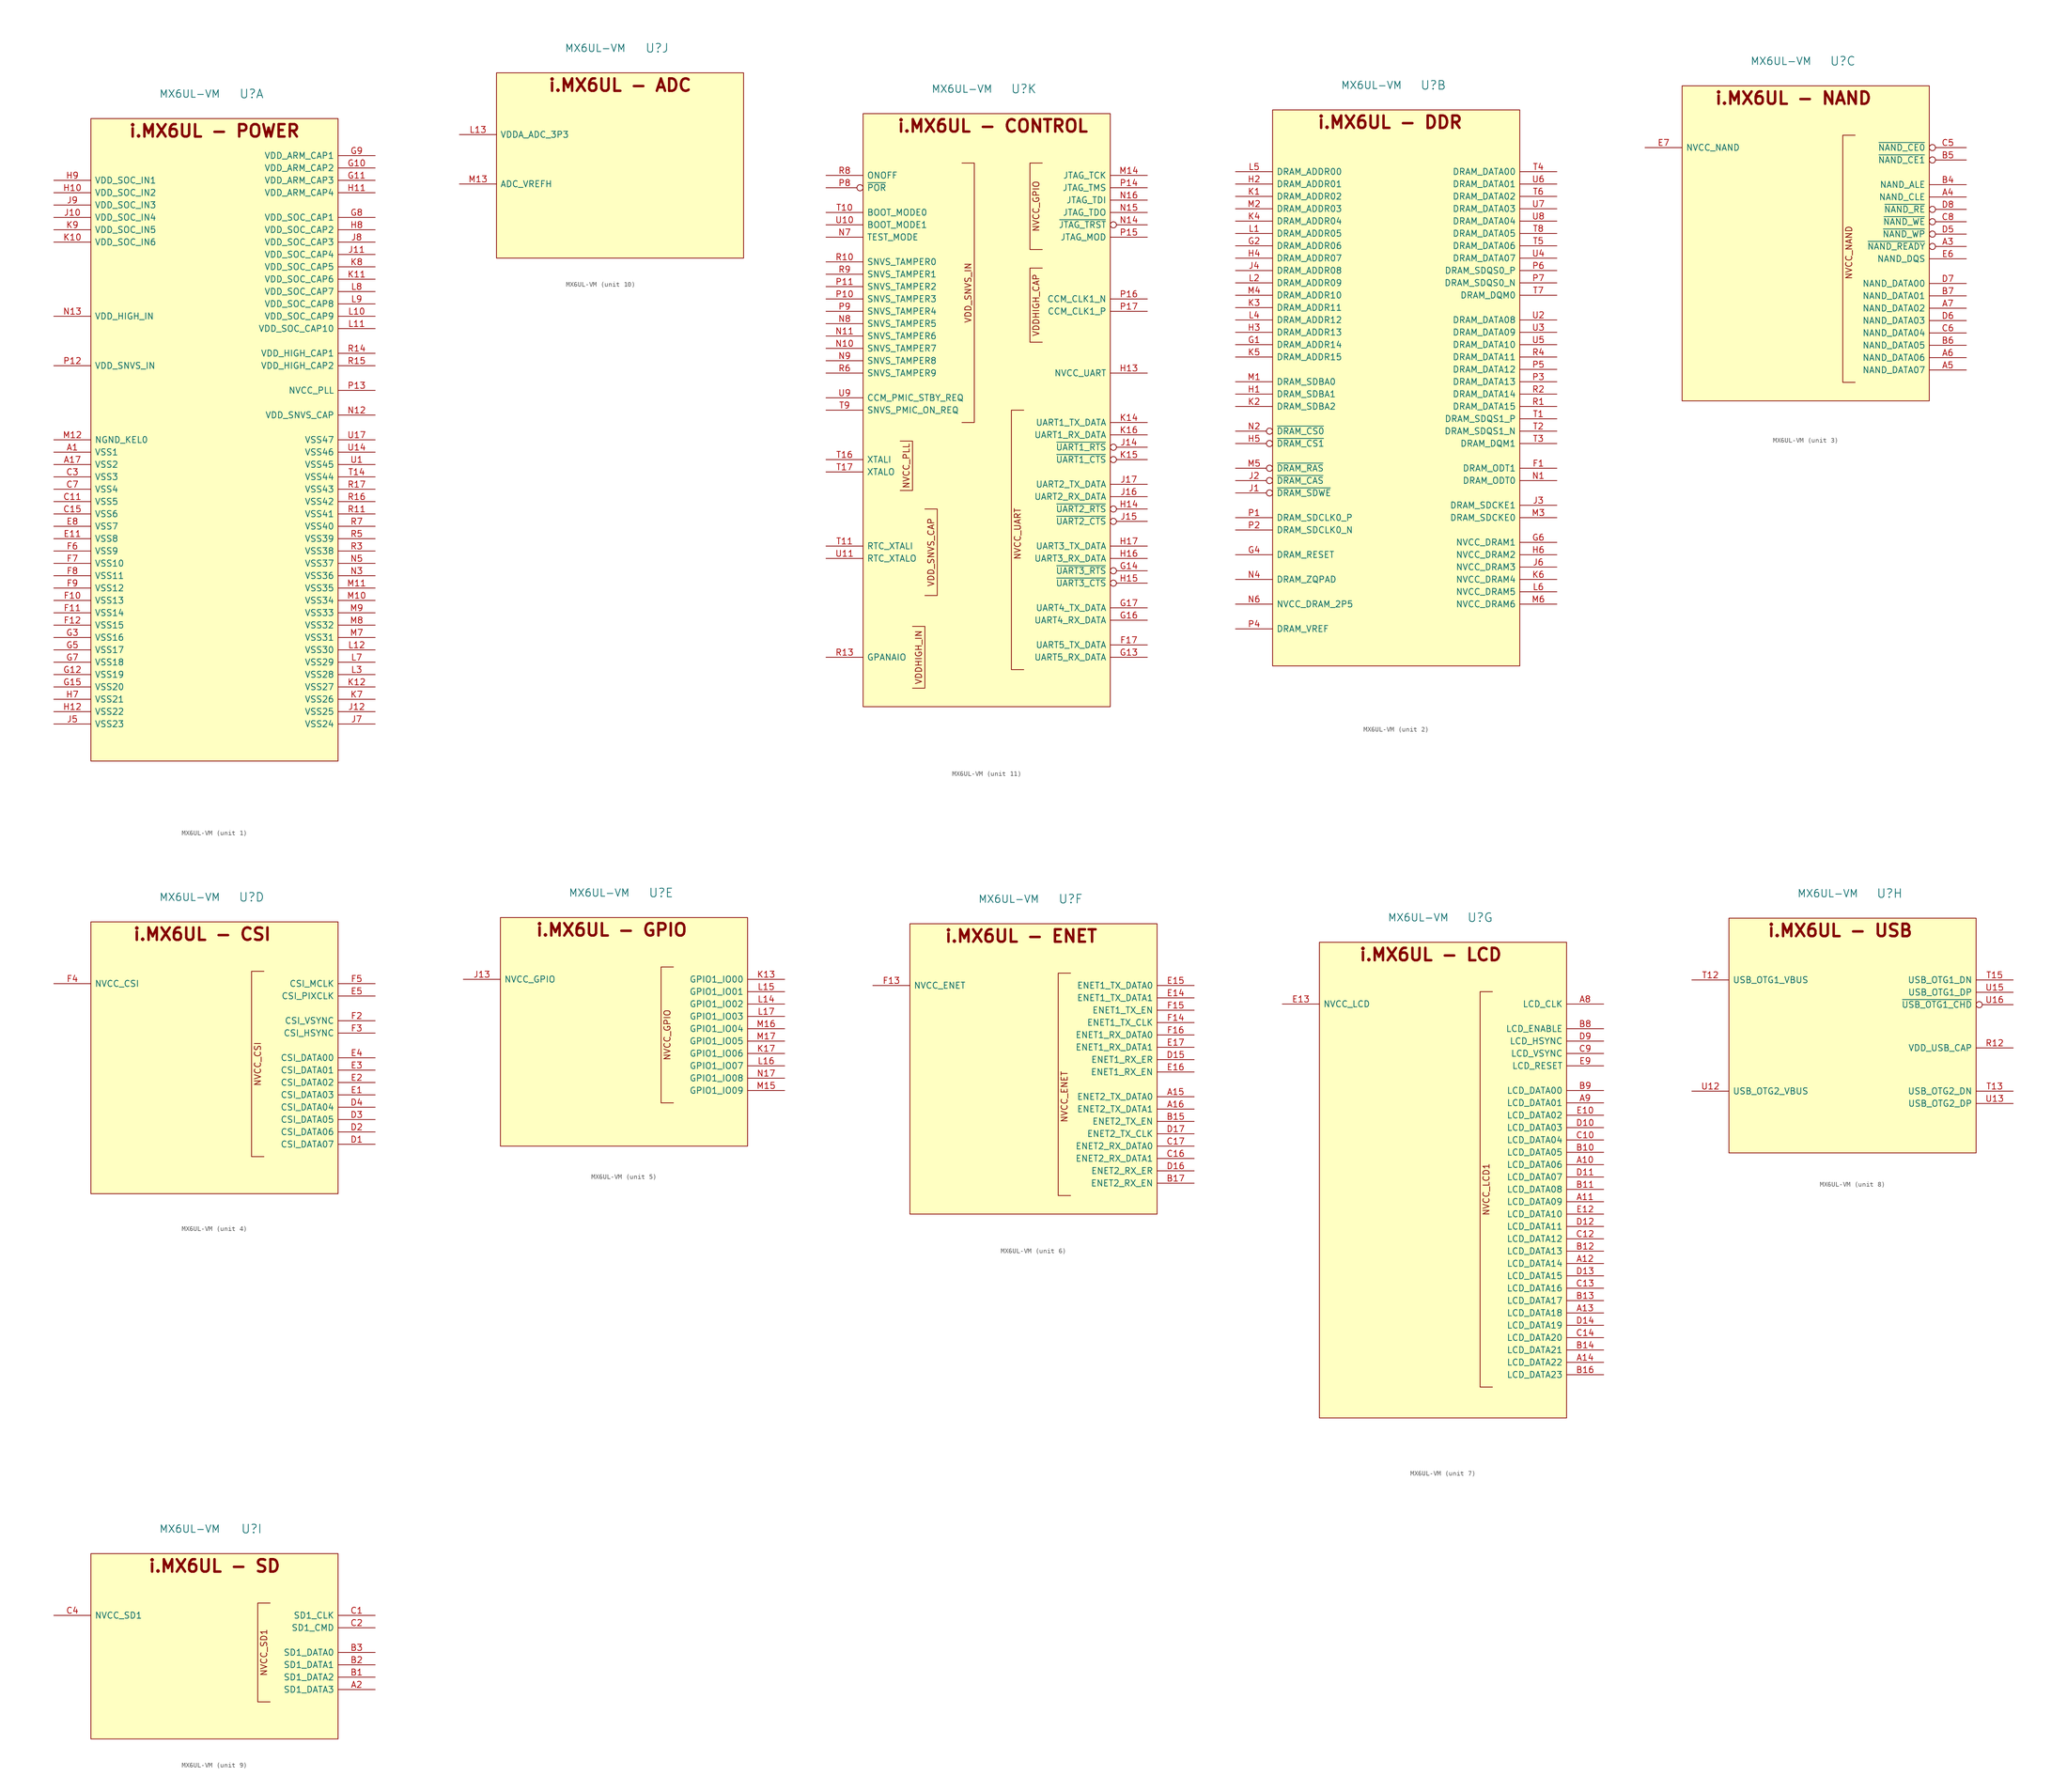
<source format=kicad_sym>
(kicad_symbol_lib
  (version 20211014)
  (generator kicad_symbol_editor)
  (symbol "MX6UL-VM"
    (pin_names
      (offset 0.762))
    (property "Reference" "U"
      (at 7.62 5.08 0)
      (effects (font (size 1.778 1.778))))
    (property "Value" "MX6UL-VM"
      (at -5.08 5.08 0)
      (effects (font (size 1.524 1.524))))
    (property "Footprint" ""
      (at 12.954 -29.464 0)
      (effects (font (size 1.524 1.524))))
    (property "Datasheet" ""
      (at 12.954 -29.464 0)
      (effects (font (size 1.524 1.524))))
    (property "ki_locked" ""
      (at 0 0 0)
      (effects (font (size 1.27 1.27))))
    (symbol "MX6UL-VM_1_0"
      (text "i.MX6UL - POWER" (at 0 -2.54 0) (effects (font (size 2.54 2.54) bold))))
    (symbol "MX6UL-VM_1_1"
      (rectangle (start -25.4 0) (end 25.4 -132.08) (stroke (width 0) (type default) (color 0 0 0 0)) (fill (type background)))
      (pin power_in line (at -33.02 -68.58 0) (length 7.62) (name "VSS1" (effects (font (size 1.27 1.27)))) (number "A1" (effects (font (size 1.27 1.27)))))
      (pin power_in line (at -33.02 -71.12 0) (length 7.62) (name "VSS2" (effects (font (size 1.27 1.27)))) (number "A17" (effects (font (size 1.27 1.27)))))
      (pin power_in line (at -33.02 -78.74 0) (length 7.62) (name "VSS5" (effects (font (size 1.27 1.27)))) (number "C11" (effects (font (size 1.27 1.27)))))
      (pin power_in line (at -33.02 -81.28 0) (length 7.62) (name "VSS6" (effects (font (size 1.27 1.27)))) (number "C15" (effects (font (size 1.27 1.27)))))
      (pin power_in line (at -33.02 -73.66 0) (length 7.62) (name "VSS3" (effects (font (size 1.27 1.27)))) (number "C3" (effects (font (size 1.27 1.27)))))
      (pin power_in line (at -33.02 -76.2 0) (length 7.62) (name "VSS4" (effects (font (size 1.27 1.27)))) (number "C7" (effects (font (size 1.27 1.27)))))
      (pin power_in line (at -33.02 -86.36 0) (length 7.62) (name "VSS8" (effects (font (size 1.27 1.27)))) (number "E11" (effects (font (size 1.27 1.27)))))
      (pin power_in line (at -33.02 -83.82 0) (length 7.62) (name "VSS7" (effects (font (size 1.27 1.27)))) (number "E8" (effects (font (size 1.27 1.27)))))
      (pin power_in line (at -33.02 -99.06 0) (length 7.62) (name "VSS13" (effects (font (size 1.27 1.27)))) (number "F10" (effects (font (size 1.27 1.27)))))
      (pin power_in line (at -33.02 -101.6 0) (length 7.62) (name "VSS14" (effects (font (size 1.27 1.27)))) (number "F11" (effects (font (size 1.27 1.27)))))
      (pin power_in line (at -33.02 -104.14 0) (length 7.62) (name "VSS15" (effects (font (size 1.27 1.27)))) (number "F12" (effects (font (size 1.27 1.27)))))
      (pin power_in line (at -33.02 -88.9 0) (length 7.62) (name "VSS9" (effects (font (size 1.27 1.27)))) (number "F6" (effects (font (size 1.27 1.27)))))
      (pin power_in line (at -33.02 -91.44 0) (length 7.62) (name "VSS10" (effects (font (size 1.27 1.27)))) (number "F7" (effects (font (size 1.27 1.27)))))
      (pin power_in line (at -33.02 -93.98 0) (length 7.62) (name "VSS11" (effects (font (size 1.27 1.27)))) (number "F8" (effects (font (size 1.27 1.27)))))
      (pin power_in line (at -33.02 -96.52 0) (length 7.62) (name "VSS12" (effects (font (size 1.27 1.27)))) (number "F9" (effects (font (size 1.27 1.27)))))
      (pin passive line (at 33.02 -10.16 180) (length 7.62) (name "VDD_ARM_CAP2" (effects (font (size 1.27 1.27)))) (number "G10" (effects (font (size 1.27 1.27)))))
      (pin passive line (at 33.02 -12.7 180) (length 7.62) (name "VDD_ARM_CAP3" (effects (font (size 1.27 1.27)))) (number "G11" (effects (font (size 1.27 1.27)))))
      (pin power_in line (at -33.02 -114.3 0) (length 7.62) (name "VSS19" (effects (font (size 1.27 1.27)))) (number "G12" (effects (font (size 1.27 1.27)))))
      (pin power_in line (at -33.02 -116.84 0) (length 7.62) (name "VSS20" (effects (font (size 1.27 1.27)))) (number "G15" (effects (font (size 1.27 1.27)))))
      (pin power_in line (at -33.02 -106.68 0) (length 7.62) (name "VSS16" (effects (font (size 1.27 1.27)))) (number "G3" (effects (font (size 1.27 1.27)))))
      (pin power_in line (at -33.02 -109.22 0) (length 7.62) (name "VSS17" (effects (font (size 1.27 1.27)))) (number "G5" (effects (font (size 1.27 1.27)))))
      (pin power_in line (at -33.02 -111.76 0) (length 7.62) (name "VSS18" (effects (font (size 1.27 1.27)))) (number "G7" (effects (font (size 1.27 1.27)))))
      (pin power_out line (at 33.02 -20.32 180) (length 7.62) (name "VDD_SOC_CAP1" (effects (font (size 1.27 1.27)))) (number "G8" (effects (font (size 1.27 1.27)))))
      (pin power_out line (at 33.02 -7.62 180) (length 7.62) (name "VDD_ARM_CAP1" (effects (font (size 1.27 1.27)))) (number "G9" (effects (font (size 1.27 1.27)))))
      (pin power_in line (at -33.02 -15.24 0) (length 7.62) (name "VDD_SOC_IN2" (effects (font (size 1.27 1.27)))) (number "H10" (effects (font (size 1.27 1.27)))))
      (pin passive line (at 33.02 -15.24 180) (length 7.62) (name "VDD_ARM_CAP4" (effects (font (size 1.27 1.27)))) (number "H11" (effects (font (size 1.27 1.27)))))
      (pin power_in line (at -33.02 -121.92 0) (length 7.62) (name "VSS22" (effects (font (size 1.27 1.27)))) (number "H12" (effects (font (size 1.27 1.27)))))
      (pin power_in line (at -33.02 -119.38 0) (length 7.62) (name "VSS21" (effects (font (size 1.27 1.27)))) (number "H7" (effects (font (size 1.27 1.27)))))
      (pin passive line (at 33.02 -22.86 180) (length 7.62) (name "VDD_SOC_CAP2" (effects (font (size 1.27 1.27)))) (number "H8" (effects (font (size 1.27 1.27)))))
      (pin power_in line (at -33.02 -12.7 0) (length 7.62) (name "VDD_SOC_IN1" (effects (font (size 1.27 1.27)))) (number "H9" (effects (font (size 1.27 1.27)))))
      (pin power_in line (at -33.02 -20.32 0) (length 7.62) (name "VDD_SOC_IN4" (effects (font (size 1.27 1.27)))) (number "J10" (effects (font (size 1.27 1.27)))))
      (pin passive line (at 33.02 -27.94 180) (length 7.62) (name "VDD_SOC_CAP4" (effects (font (size 1.27 1.27)))) (number "J11" (effects (font (size 1.27 1.27)))))
      (pin power_in line (at 33.02 -121.92 180) (length 7.62) (name "VSS25" (effects (font (size 1.27 1.27)))) (number "J12" (effects (font (size 1.27 1.27)))))
      (pin power_in line (at -33.02 -124.46 0) (length 7.62) (name "VSS23" (effects (font (size 1.27 1.27)))) (number "J5" (effects (font (size 1.27 1.27)))))
      (pin power_in line (at 33.02 -124.46 180) (length 7.62) (name "VSS24" (effects (font (size 1.27 1.27)))) (number "J7" (effects (font (size 1.27 1.27)))))
      (pin passive line (at 33.02 -25.4 180) (length 7.62) (name "VDD_SOC_CAP3" (effects (font (size 1.27 1.27)))) (number "J8" (effects (font (size 1.27 1.27)))))
      (pin power_in line (at -33.02 -17.78 0) (length 7.62) (name "VDD_SOC_IN3" (effects (font (size 1.27 1.27)))) (number "J9" (effects (font (size 1.27 1.27)))))
      (pin power_in line (at -33.02 -25.4 0) (length 7.62) (name "VDD_SOC_IN6" (effects (font (size 1.27 1.27)))) (number "K10" (effects (font (size 1.27 1.27)))))
      (pin passive line (at 33.02 -33.02 180) (length 7.62) (name "VDD_SOC_CAP6" (effects (font (size 1.27 1.27)))) (number "K11" (effects (font (size 1.27 1.27)))))
      (pin power_in line (at 33.02 -116.84 180) (length 7.62) (name "VSS27" (effects (font (size 1.27 1.27)))) (number "K12" (effects (font (size 1.27 1.27)))))
      (pin power_in line (at 33.02 -119.38 180) (length 7.62) (name "VSS26" (effects (font (size 1.27 1.27)))) (number "K7" (effects (font (size 1.27 1.27)))))
      (pin passive line (at 33.02 -30.48 180) (length 7.62) (name "VDD_SOC_CAP5" (effects (font (size 1.27 1.27)))) (number "K8" (effects (font (size 1.27 1.27)))))
      (pin power_in line (at -33.02 -22.86 0) (length 7.62) (name "VDD_SOC_IN5" (effects (font (size 1.27 1.27)))) (number "K9" (effects (font (size 1.27 1.27)))))
      (pin passive line (at 33.02 -40.64 180) (length 7.62) (name "VDD_SOC_CAP9" (effects (font (size 1.27 1.27)))) (number "L10" (effects (font (size 1.27 1.27)))))
      (pin passive line (at 33.02 -43.18 180) (length 7.62) (name "VDD_SOC_CAP10" (effects (font (size 1.27 1.27)))) (number "L11" (effects (font (size 1.27 1.27)))))
      (pin power_in line (at 33.02 -109.22 180) (length 7.62) (name "VSS30" (effects (font (size 1.27 1.27)))) (number "L12" (effects (font (size 1.27 1.27)))))
      (pin power_in line (at 33.02 -114.3 180) (length 7.62) (name "VSS28" (effects (font (size 1.27 1.27)))) (number "L3" (effects (font (size 1.27 1.27)))))
      (pin power_in line (at 33.02 -111.76 180) (length 7.62) (name "VSS29" (effects (font (size 1.27 1.27)))) (number "L7" (effects (font (size 1.27 1.27)))))
      (pin passive line (at 33.02 -35.56 180) (length 7.62) (name "VDD_SOC_CAP7" (effects (font (size 1.27 1.27)))) (number "L8" (effects (font (size 1.27 1.27)))))
      (pin passive line (at 33.02 -38.1 180) (length 7.62) (name "VDD_SOC_CAP8" (effects (font (size 1.27 1.27)))) (number "L9" (effects (font (size 1.27 1.27)))))
      (pin power_in line (at 33.02 -99.06 180) (length 7.62) (name "VSS34" (effects (font (size 1.27 1.27)))) (number "M10" (effects (font (size 1.27 1.27)))))
      (pin power_in line (at 33.02 -96.52 180) (length 7.62) (name "VSS35" (effects (font (size 1.27 1.27)))) (number "M11" (effects (font (size 1.27 1.27)))))
      (pin power_in line (at -33.02 -66.04 0) (length 7.62) (name "NGND_KEL0" (effects (font (size 1.27 1.27)))) (number "M12" (effects (font (size 1.27 1.27)))))
      (pin power_in line (at 33.02 -106.68 180) (length 7.62) (name "VSS31" (effects (font (size 1.27 1.27)))) (number "M7" (effects (font (size 1.27 1.27)))))
      (pin power_in line (at 33.02 -104.14 180) (length 7.62) (name "VSS32" (effects (font (size 1.27 1.27)))) (number "M8" (effects (font (size 1.27 1.27)))))
      (pin power_in line (at 33.02 -101.6 180) (length 7.62) (name "VSS33" (effects (font (size 1.27 1.27)))) (number "M9" (effects (font (size 1.27 1.27)))))
      (pin power_out line (at 33.02 -60.96 180) (length 7.62) (name "VDD_SNVS_CAP" (effects (font (size 1.27 1.27)))) (number "N12" (effects (font (size 1.27 1.27)))))
      (pin power_in line (at -33.02 -40.64 0) (length 7.62) (name "VDD_HIGH_IN" (effects (font (size 1.27 1.27)))) (number "N13" (effects (font (size 1.27 1.27)))))
      (pin power_in line (at 33.02 -93.98 180) (length 7.62) (name "VSS36" (effects (font (size 1.27 1.27)))) (number "N3" (effects (font (size 1.27 1.27)))))
      (pin power_in line (at 33.02 -91.44 180) (length 7.62) (name "VSS37" (effects (font (size 1.27 1.27)))) (number "N5" (effects (font (size 1.27 1.27)))))
      (pin power_in line (at -33.02 -50.8 0) (length 7.62) (name "VDD_SNVS_IN" (effects (font (size 1.27 1.27)))) (number "P12" (effects (font (size 1.27 1.27)))))
      (pin power_out line (at 33.02 -55.88 180) (length 7.62) (name "NVCC_PLL" (effects (font (size 1.27 1.27)))) (number "P13" (effects (font (size 1.27 1.27)))))
      (pin power_in line (at 33.02 -81.28 180) (length 7.62) (name "VSS41" (effects (font (size 1.27 1.27)))) (number "R11" (effects (font (size 1.27 1.27)))))
      (pin power_out line (at 33.02 -48.26 180) (length 7.62) (name "VDD_HIGH_CAP1" (effects (font (size 1.27 1.27)))) (number "R14" (effects (font (size 1.27 1.27)))))
      (pin passive line (at 33.02 -50.8 180) (length 7.62) (name "VDD_HIGH_CAP2" (effects (font (size 1.27 1.27)))) (number "R15" (effects (font (size 1.27 1.27)))))
      (pin power_in line (at 33.02 -78.74 180) (length 7.62) (name "VSS42" (effects (font (size 1.27 1.27)))) (number "R16" (effects (font (size 1.27 1.27)))))
      (pin power_in line (at 33.02 -76.2 180) (length 7.62) (name "VSS43" (effects (font (size 1.27 1.27)))) (number "R17" (effects (font (size 1.27 1.27)))))
      (pin power_in line (at 33.02 -88.9 180) (length 7.62) (name "VSS38" (effects (font (size 1.27 1.27)))) (number "R3" (effects (font (size 1.27 1.27)))))
      (pin power_in line (at 33.02 -86.36 180) (length 7.62) (name "VSS39" (effects (font (size 1.27 1.27)))) (number "R5" (effects (font (size 1.27 1.27)))))
      (pin power_in line (at 33.02 -83.82 180) (length 7.62) (name "VSS40" (effects (font (size 1.27 1.27)))) (number "R7" (effects (font (size 1.27 1.27)))))
      (pin power_in line (at 33.02 -73.66 180) (length 7.62) (name "VSS44" (effects (font (size 1.27 1.27)))) (number "T14" (effects (font (size 1.27 1.27)))))
      (pin power_in line (at 33.02 -71.12 180) (length 7.62) (name "VSS45" (effects (font (size 1.27 1.27)))) (number "U1" (effects (font (size 1.27 1.27)))))
      (pin power_in line (at 33.02 -68.58 180) (length 7.62) (name "VSS46" (effects (font (size 1.27 1.27)))) (number "U14" (effects (font (size 1.27 1.27)))))
      (pin power_in line (at 33.02 -66.04 180) (length 7.62) (name "VSS47" (effects (font (size 1.27 1.27)))) (number "U17" (effects (font (size 1.27 1.27))))))
    (symbol "MX6UL-VM_2_0"
      (text "i.MX6UL - DDR" (at -1.27 -2.54 0) (effects (font (size 2.54 2.54) bold))))
    (symbol "MX6UL-VM_2_1"
      (rectangle (start -25.4 0) (end 25.4 -114.3) (stroke (width 0) (type default) (color 0 0 0 0)) (fill (type background)))
      (pin output line (at 33.02 -73.66 180) (length 7.62) (name "DRAM_ODT1" (effects (font (size 1.27 1.27)))) (number "F1" (effects (font (size 1.27 1.27)))))
      (pin output line (at -33.02 -48.26 0) (length 7.62) (name "DRAM_ADDR14" (effects (font (size 1.27 1.27)))) (number "G1" (effects (font (size 1.27 1.27)))))
      (pin output line (at -33.02 -27.94 0) (length 7.62) (name "DRAM_ADDR06" (effects (font (size 1.27 1.27)))) (number "G2" (effects (font (size 1.27 1.27)))))
      (pin output line (at -33.02 -91.44 0) (length 7.62) (name "DRAM_RESET" (effects (font (size 1.27 1.27)))) (number "G4" (effects (font (size 1.27 1.27)))))
      (pin power_in line (at 33.02 -88.9 180) (length 7.62) (name "NVCC_DRAM1" (effects (font (size 1.27 1.27)))) (number "G6" (effects (font (size 1.27 1.27)))))
      (pin output line (at -33.02 -58.42 0) (length 7.62) (name "DRAM_SDBA1" (effects (font (size 1.27 1.27)))) (number "H1" (effects (font (size 1.27 1.27)))))
      (pin output line (at -33.02 -15.24 0) (length 7.62) (name "DRAM_ADDR01" (effects (font (size 1.27 1.27)))) (number "H2" (effects (font (size 1.27 1.27)))))
      (pin output line (at -33.02 -45.72 0) (length 7.62) (name "DRAM_ADDR13" (effects (font (size 1.27 1.27)))) (number "H3" (effects (font (size 1.27 1.27)))))
      (pin output line (at -33.02 -30.48 0) (length 7.62) (name "DRAM_ADDR07" (effects (font (size 1.27 1.27)))) (number "H4" (effects (font (size 1.27 1.27)))))
      (pin output inverted (at -33.02 -68.58 0) (length 7.62) (name "~{DRAM_CS1}" (effects (font (size 1.27 1.27)))) (number "H5" (effects (font (size 1.27 1.27)))))
      (pin power_in line (at 33.02 -91.44 180) (length 7.62) (name "NVCC_DRAM2" (effects (font (size 1.27 1.27)))) (number "H6" (effects (font (size 1.27 1.27)))))
      (pin output inverted (at -33.02 -78.74 0) (length 7.62) (name "~{DRAM_SDWE}" (effects (font (size 1.27 1.27)))) (number "J1" (effects (font (size 1.27 1.27)))))
      (pin output inverted (at -33.02 -76.2 0) (length 7.62) (name "~{DRAM_CAS}" (effects (font (size 1.27 1.27)))) (number "J2" (effects (font (size 1.27 1.27)))))
      (pin output line (at 33.02 -81.28 180) (length 7.62) (name "DRAM_SDCKE1" (effects (font (size 1.27 1.27)))) (number "J3" (effects (font (size 1.27 1.27)))))
      (pin output line (at -33.02 -33.02 0) (length 7.62) (name "DRAM_ADDR08" (effects (font (size 1.27 1.27)))) (number "J4" (effects (font (size 1.27 1.27)))))
      (pin power_in line (at 33.02 -93.98 180) (length 7.62) (name "NVCC_DRAM3" (effects (font (size 1.27 1.27)))) (number "J6" (effects (font (size 1.27 1.27)))))
      (pin output line (at -33.02 -17.78 0) (length 7.62) (name "DRAM_ADDR02" (effects (font (size 1.27 1.27)))) (number "K1" (effects (font (size 1.27 1.27)))))
      (pin output line (at -33.02 -60.96 0) (length 7.62) (name "DRAM_SDBA2" (effects (font (size 1.27 1.27)))) (number "K2" (effects (font (size 1.27 1.27)))))
      (pin output line (at -33.02 -40.64 0) (length 7.62) (name "DRAM_ADDR11" (effects (font (size 1.27 1.27)))) (number "K3" (effects (font (size 1.27 1.27)))))
      (pin output line (at -33.02 -22.86 0) (length 7.62) (name "DRAM_ADDR04" (effects (font (size 1.27 1.27)))) (number "K4" (effects (font (size 1.27 1.27)))))
      (pin output line (at -33.02 -50.8 0) (length 7.62) (name "DRAM_ADDR15" (effects (font (size 1.27 1.27)))) (number "K5" (effects (font (size 1.27 1.27)))))
      (pin power_in line (at 33.02 -96.52 180) (length 7.62) (name "NVCC_DRAM4" (effects (font (size 1.27 1.27)))) (number "K6" (effects (font (size 1.27 1.27)))))
      (pin output line (at -33.02 -25.4 0) (length 7.62) (name "DRAM_ADDR05" (effects (font (size 1.27 1.27)))) (number "L1" (effects (font (size 1.27 1.27)))))
      (pin output line (at -33.02 -35.56 0) (length 7.62) (name "DRAM_ADDR09" (effects (font (size 1.27 1.27)))) (number "L2" (effects (font (size 1.27 1.27)))))
      (pin output line (at -33.02 -43.18 0) (length 7.62) (name "DRAM_ADDR12" (effects (font (size 1.27 1.27)))) (number "L4" (effects (font (size 1.27 1.27)))))
      (pin output line (at -33.02 -12.7 0) (length 7.62) (name "DRAM_ADDR00" (effects (font (size 1.27 1.27)))) (number "L5" (effects (font (size 1.27 1.27)))))
      (pin power_in line (at 33.02 -99.06 180) (length 7.62) (name "NVCC_DRAM5" (effects (font (size 1.27 1.27)))) (number "L6" (effects (font (size 1.27 1.27)))))
      (pin output line (at -33.02 -55.88 0) (length 7.62) (name "DRAM_SDBA0" (effects (font (size 1.27 1.27)))) (number "M1" (effects (font (size 1.27 1.27)))))
      (pin output line (at -33.02 -20.32 0) (length 7.62) (name "DRAM_ADDR03" (effects (font (size 1.27 1.27)))) (number "M2" (effects (font (size 1.27 1.27)))))
      (pin output line (at 33.02 -83.82 180) (length 7.62) (name "DRAM_SDCKE0" (effects (font (size 1.27 1.27)))) (number "M3" (effects (font (size 1.27 1.27)))))
      (pin output line (at -33.02 -38.1 0) (length 7.62) (name "DRAM_ADDR10" (effects (font (size 1.27 1.27)))) (number "M4" (effects (font (size 1.27 1.27)))))
      (pin output inverted (at -33.02 -73.66 0) (length 7.62) (name "~{DRAM_RAS}" (effects (font (size 1.27 1.27)))) (number "M5" (effects (font (size 1.27 1.27)))))
      (pin power_in line (at 33.02 -101.6 180) (length 7.62) (name "NVCC_DRAM6" (effects (font (size 1.27 1.27)))) (number "M6" (effects (font (size 1.27 1.27)))))
      (pin output line (at 33.02 -76.2 180) (length 7.62) (name "DRAM_ODT0" (effects (font (size 1.27 1.27)))) (number "N1" (effects (font (size 1.27 1.27)))))
      (pin output inverted (at -33.02 -66.04 0) (length 7.62) (name "~{DRAM_CS0}" (effects (font (size 1.27 1.27)))) (number "N2" (effects (font (size 1.27 1.27)))))
      (pin input line (at -33.02 -96.52 0) (length 7.62) (name "DRAM_ZQPAD" (effects (font (size 1.27 1.27)))) (number "N4" (effects (font (size 1.27 1.27)))))
      (pin power_in line (at -33.02 -101.6 0) (length 7.62) (name "NVCC_DRAM_2P5" (effects (font (size 1.27 1.27)))) (number "N6" (effects (font (size 1.27 1.27)))))
      (pin output line (at -33.02 -83.82 0) (length 7.62) (name "DRAM_SDCLK0_P" (effects (font (size 1.27 1.27)))) (number "P1" (effects (font (size 1.27 1.27)))))
      (pin output line (at -33.02 -86.36 0) (length 7.62) (name "DRAM_SDCLK0_N" (effects (font (size 1.27 1.27)))) (number "P2" (effects (font (size 1.27 1.27)))))
      (pin bidirectional line (at 33.02 -55.88 180) (length 7.62) (name "DRAM_DATA13" (effects (font (size 1.27 1.27)))) (number "P3" (effects (font (size 1.27 1.27)))))
      (pin power_in line (at -33.02 -106.68 0) (length 7.62) (name "DRAM_VREF" (effects (font (size 1.27 1.27)))) (number "P4" (effects (font (size 1.27 1.27)))))
      (pin bidirectional line (at 33.02 -53.34 180) (length 7.62) (name "DRAM_DATA12" (effects (font (size 1.27 1.27)))) (number "P5" (effects (font (size 1.27 1.27)))))
      (pin output line (at 33.02 -33.02 180) (length 7.62) (name "DRAM_SDQS0_P" (effects (font (size 1.27 1.27)))) (number "P6" (effects (font (size 1.27 1.27)))))
      (pin output line (at 33.02 -35.56 180) (length 7.62) (name "DRAM_SDQS0_N" (effects (font (size 1.27 1.27)))) (number "P7" (effects (font (size 1.27 1.27)))))
      (pin bidirectional line (at 33.02 -60.96 180) (length 7.62) (name "DRAM_DATA15" (effects (font (size 1.27 1.27)))) (number "R1" (effects (font (size 1.27 1.27)))))
      (pin bidirectional line (at 33.02 -58.42 180) (length 7.62) (name "DRAM_DATA14" (effects (font (size 1.27 1.27)))) (number "R2" (effects (font (size 1.27 1.27)))))
      (pin bidirectional line (at 33.02 -50.8 180) (length 7.62) (name "DRAM_DATA11" (effects (font (size 1.27 1.27)))) (number "R4" (effects (font (size 1.27 1.27)))))
      (pin output line (at 33.02 -63.5 180) (length 7.62) (name "DRAM_SDQS1_P" (effects (font (size 1.27 1.27)))) (number "T1" (effects (font (size 1.27 1.27)))))
      (pin output line (at 33.02 -66.04 180) (length 7.62) (name "DRAM_SDQS1_N" (effects (font (size 1.27 1.27)))) (number "T2" (effects (font (size 1.27 1.27)))))
      (pin output line (at 33.02 -68.58 180) (length 7.62) (name "DRAM_DQM1" (effects (font (size 1.27 1.27)))) (number "T3" (effects (font (size 1.27 1.27)))))
      (pin bidirectional line (at 33.02 -12.7 180) (length 7.62) (name "DRAM_DATA00" (effects (font (size 1.27 1.27)))) (number "T4" (effects (font (size 1.27 1.27)))))
      (pin bidirectional line (at 33.02 -27.94 180) (length 7.62) (name "DRAM_DATA06" (effects (font (size 1.27 1.27)))) (number "T5" (effects (font (size 1.27 1.27)))))
      (pin bidirectional line (at 33.02 -17.78 180) (length 7.62) (name "DRAM_DATA02" (effects (font (size 1.27 1.27)))) (number "T6" (effects (font (size 1.27 1.27)))))
      (pin output line (at 33.02 -38.1 180) (length 7.62) (name "DRAM_DQM0" (effects (font (size 1.27 1.27)))) (number "T7" (effects (font (size 1.27 1.27)))))
      (pin bidirectional line (at 33.02 -25.4 180) (length 7.62) (name "DRAM_DATA05" (effects (font (size 1.27 1.27)))) (number "T8" (effects (font (size 1.27 1.27)))))
      (pin bidirectional line (at 33.02 -43.18 180) (length 7.62) (name "DRAM_DATA08" (effects (font (size 1.27 1.27)))) (number "U2" (effects (font (size 1.27 1.27)))))
      (pin bidirectional line (at 33.02 -45.72 180) (length 7.62) (name "DRAM_DATA09" (effects (font (size 1.27 1.27)))) (number "U3" (effects (font (size 1.27 1.27)))))
      (pin bidirectional line (at 33.02 -30.48 180) (length 7.62) (name "DRAM_DATA07" (effects (font (size 1.27 1.27)))) (number "U4" (effects (font (size 1.27 1.27)))))
      (pin bidirectional line (at 33.02 -48.26 180) (length 7.62) (name "DRAM_DATA10" (effects (font (size 1.27 1.27)))) (number "U5" (effects (font (size 1.27 1.27)))))
      (pin bidirectional line (at 33.02 -15.24 180) (length 7.62) (name "DRAM_DATA01" (effects (font (size 1.27 1.27)))) (number "U6" (effects (font (size 1.27 1.27)))))
      (pin bidirectional line (at 33.02 -20.32 180) (length 7.62) (name "DRAM_DATA03" (effects (font (size 1.27 1.27)))) (number "U7" (effects (font (size 1.27 1.27)))))
      (pin bidirectional line (at 33.02 -22.86 180) (length 7.62) (name "DRAM_DATA04" (effects (font (size 1.27 1.27)))) (number "U8" (effects (font (size 1.27 1.27))))))
    (symbol "MX6UL-VM_3_0"
      (text "i.MX6UL - NAND" (at -2.54 -2.54 0) (effects (font (size 2.54 2.54) bold)))
      (text "NVCC_NAND" (at 8.89 -34.29 900) (effects (font (size 1.27 1.27)))))
    (symbol "MX6UL-VM_3_1"
      (rectangle (start -25.4 0) (end 25.4 -64.77) (stroke (width 0) (type default) (color 0 0 0 0)) (fill (type background)))
      (polyline (pts (xy 10.16 -10.16) (xy 7.62 -10.16) (xy 7.62 -60.96) (xy 10.16 -60.96)) (stroke (width 0) (type default) (color 0 0 0 0)) (fill (type none)))
      (pin input inverted (at 33.02 -33.02 180) (length 7.62) (name "~{NAND_READY}" (effects (font (size 1.27 1.27)))) (number "A3" (effects (font (size 1.27 1.27)))))
      (pin input line (at 33.02 -22.86 180) (length 7.62) (name "NAND_CLE" (effects (font (size 1.27 1.27)))) (number "A4" (effects (font (size 1.27 1.27)))))
      (pin bidirectional line (at 33.02 -58.42 180) (length 7.62) (name "NAND_DATA07" (effects (font (size 1.27 1.27)))) (number "A5" (effects (font (size 1.27 1.27)))))
      (pin bidirectional line (at 33.02 -55.88 180) (length 7.62) (name "NAND_DATA06" (effects (font (size 1.27 1.27)))) (number "A6" (effects (font (size 1.27 1.27)))))
      (pin bidirectional line (at 33.02 -45.72 180) (length 7.62) (name "NAND_DATA02" (effects (font (size 1.27 1.27)))) (number "A7" (effects (font (size 1.27 1.27)))))
      (pin input line (at 33.02 -20.32 180) (length 7.62) (name "NAND_ALE" (effects (font (size 1.27 1.27)))) (number "B4" (effects (font (size 1.27 1.27)))))
      (pin input inverted (at 33.02 -15.24 180) (length 7.62) (name "~{NAND_CE1}" (effects (font (size 1.27 1.27)))) (number "B5" (effects (font (size 1.27 1.27)))))
      (pin bidirectional line (at 33.02 -53.34 180) (length 7.62) (name "NAND_DATA05" (effects (font (size 1.27 1.27)))) (number "B6" (effects (font (size 1.27 1.27)))))
      (pin bidirectional line (at 33.02 -43.18 180) (length 7.62) (name "NAND_DATA01" (effects (font (size 1.27 1.27)))) (number "B7" (effects (font (size 1.27 1.27)))))
      (pin input inverted (at 33.02 -12.7 180) (length 7.62) (name "~{NAND_CE0}" (effects (font (size 1.27 1.27)))) (number "C5" (effects (font (size 1.27 1.27)))))
      (pin bidirectional line (at 33.02 -50.8 180) (length 7.62) (name "NAND_DATA04" (effects (font (size 1.27 1.27)))) (number "C6" (effects (font (size 1.27 1.27)))))
      (pin input inverted (at 33.02 -27.94 180) (length 7.62) (name "~{NAND_WE}" (effects (font (size 1.27 1.27)))) (number "C8" (effects (font (size 1.27 1.27)))))
      (pin input inverted (at 33.02 -30.48 180) (length 7.62) (name "~{NAND_WP}" (effects (font (size 1.27 1.27)))) (number "D5" (effects (font (size 1.27 1.27)))))
      (pin bidirectional line (at 33.02 -48.26 180) (length 7.62) (name "NAND_DATA03" (effects (font (size 1.27 1.27)))) (number "D6" (effects (font (size 1.27 1.27)))))
      (pin bidirectional line (at 33.02 -40.64 180) (length 7.62) (name "NAND_DATA00" (effects (font (size 1.27 1.27)))) (number "D7" (effects (font (size 1.27 1.27)))))
      (pin input inverted (at 33.02 -25.4 180) (length 7.62) (name "~{NAND_RE}" (effects (font (size 1.27 1.27)))) (number "D8" (effects (font (size 1.27 1.27)))))
      (pin input line (at 33.02 -35.56 180) (length 7.62) (name "NAND_DQS" (effects (font (size 1.27 1.27)))) (number "E6" (effects (font (size 1.27 1.27)))))
      (pin power_in line (at -33.02 -12.7 0) (length 7.62) (name "NVCC_NAND" (effects (font (size 1.27 1.27)))) (number "E7" (effects (font (size 1.27 1.27))))))
    (symbol "MX6UL-VM_4_0"
      (text "i.MX6UL - CSI" (at -2.54 -2.54 0) (effects (font (size 2.54 2.54) bold)))
      (text "NVCC_CSI" (at 8.89 -29.21 900) (effects (font (size 1.27 1.27)))))
    (symbol "MX6UL-VM_4_1"
      (rectangle (start -25.4 0) (end 25.4 -55.88) (stroke (width 0) (type default) (color 0 0 0 0)) (fill (type background)))
      (polyline (pts (xy 10.16 -10.16) (xy 7.62 -10.16) (xy 7.62 -48.26) (xy 8.89 -48.26) (xy 10.16 -48.26)) (stroke (width 0) (type default) (color 0 0 0 0)) (fill (type none)))
      (pin bidirectional line (at 33.02 -45.72 180) (length 7.62) (name "CSI_DATA07" (effects (font (size 1.27 1.27)))) (number "D1" (effects (font (size 1.27 1.27)))))
      (pin bidirectional line (at 33.02 -43.18 180) (length 7.62) (name "CSI_DATA06" (effects (font (size 1.27 1.27)))) (number "D2" (effects (font (size 1.27 1.27)))))
      (pin bidirectional line (at 33.02 -40.64 180) (length 7.62) (name "CSI_DATA05" (effects (font (size 1.27 1.27)))) (number "D3" (effects (font (size 1.27 1.27)))))
      (pin bidirectional line (at 33.02 -38.1 180) (length 7.62) (name "CSI_DATA04" (effects (font (size 1.27 1.27)))) (number "D4" (effects (font (size 1.27 1.27)))))
      (pin bidirectional line (at 33.02 -35.56 180) (length 7.62) (name "CSI_DATA03" (effects (font (size 1.27 1.27)))) (number "E1" (effects (font (size 1.27 1.27)))))
      (pin bidirectional line (at 33.02 -33.02 180) (length 7.62) (name "CSI_DATA02" (effects (font (size 1.27 1.27)))) (number "E2" (effects (font (size 1.27 1.27)))))
      (pin bidirectional line (at 33.02 -30.48 180) (length 7.62) (name "CSI_DATA01" (effects (font (size 1.27 1.27)))) (number "E3" (effects (font (size 1.27 1.27)))))
      (pin bidirectional line (at 33.02 -27.94 180) (length 7.62) (name "CSI_DATA00" (effects (font (size 1.27 1.27)))) (number "E4" (effects (font (size 1.27 1.27)))))
      (pin input line (at 33.02 -15.24 180) (length 7.62) (name "CSI_PIXCLK" (effects (font (size 1.27 1.27)))) (number "E5" (effects (font (size 1.27 1.27)))))
      (pin input line (at 33.02 -20.32 180) (length 7.62) (name "CSI_VSYNC" (effects (font (size 1.27 1.27)))) (number "F2" (effects (font (size 1.27 1.27)))))
      (pin input line (at 33.02 -22.86 180) (length 7.62) (name "CSI_HSYNC" (effects (font (size 1.27 1.27)))) (number "F3" (effects (font (size 1.27 1.27)))))
      (pin power_in line (at -33.02 -12.7 0) (length 7.62) (name "NVCC_CSI" (effects (font (size 1.27 1.27)))) (number "F4" (effects (font (size 1.27 1.27)))))
      (pin input line (at 33.02 -12.7 180) (length 7.62) (name "CSI_MCLK" (effects (font (size 1.27 1.27)))) (number "F5" (effects (font (size 1.27 1.27))))))
    (symbol "MX6UL-VM_5_0"
      (text "i.MX6UL - GPIO" (at -2.54 -2.54 0) (effects (font (size 2.54 2.54) bold)))
      (text "NVCC_GPIO" (at 8.89 -24.13 900) (effects (font (size 1.27 1.27)))))
    (symbol "MX6UL-VM_5_1"
      (rectangle (start -25.4 0) (end 25.4 -46.99) (stroke (width 0) (type default) (color 0 0 0 0)) (fill (type background)))
      (polyline (pts (xy 10.16 -10.16) (xy 7.62 -10.16) (xy 7.62 -38.1) (xy 8.89 -38.1) (xy 10.16 -38.1)) (stroke (width 0) (type default) (color 0 0 0 0)) (fill (type none)))
      (pin power_in line (at -33.02 -12.7 0) (length 7.62) (name "NVCC_GPIO" (effects (font (size 1.27 1.27)))) (number "J13" (effects (font (size 1.27 1.27)))))
      (pin bidirectional line (at 33.02 -12.7 180) (length 7.62) (name "GPIO1_IO00" (effects (font (size 1.27 1.27)))) (number "K13" (effects (font (size 1.27 1.27)))))
      (pin bidirectional line (at 33.02 -27.94 180) (length 7.62) (name "GPIO1_IO06" (effects (font (size 1.27 1.27)))) (number "K17" (effects (font (size 1.27 1.27)))))
      (pin bidirectional line (at 33.02 -17.78 180) (length 7.62) (name "GPIO1_IO02" (effects (font (size 1.27 1.27)))) (number "L14" (effects (font (size 1.27 1.27)))))
      (pin bidirectional line (at 33.02 -15.24 180) (length 7.62) (name "GPIO1_IO01" (effects (font (size 1.27 1.27)))) (number "L15" (effects (font (size 1.27 1.27)))))
      (pin bidirectional line (at 33.02 -30.48 180) (length 7.62) (name "GPIO1_IO07" (effects (font (size 1.27 1.27)))) (number "L16" (effects (font (size 1.27 1.27)))))
      (pin bidirectional line (at 33.02 -20.32 180) (length 7.62) (name "GPIO1_IO03" (effects (font (size 1.27 1.27)))) (number "L17" (effects (font (size 1.27 1.27)))))
      (pin bidirectional line (at 33.02 -35.56 180) (length 7.62) (name "GPIO1_IO09" (effects (font (size 1.27 1.27)))) (number "M15" (effects (font (size 1.27 1.27)))))
      (pin bidirectional line (at 33.02 -22.86 180) (length 7.62) (name "GPIO1_IO04" (effects (font (size 1.27 1.27)))) (number "M16" (effects (font (size 1.27 1.27)))))
      (pin bidirectional line (at 33.02 -25.4 180) (length 7.62) (name "GPIO1_IO05" (effects (font (size 1.27 1.27)))) (number "M17" (effects (font (size 1.27 1.27)))))
      (pin bidirectional line (at 33.02 -33.02 180) (length 7.62) (name "GPIO1_IO08" (effects (font (size 1.27 1.27)))) (number "N17" (effects (font (size 1.27 1.27))))))
    (symbol "MX6UL-VM_6_0"
      (text "i.MX6UL - ENET" (at -2.54 -2.54 0) (effects (font (size 2.54 2.54) bold)))
      (text "NVCC_ENET" (at 6.35 -35.56 900) (effects (font (size 1.27 1.27)))))
    (symbol "MX6UL-VM_6_1"
      (rectangle (start -25.4 0) (end 25.4 -59.69) (stroke (width 0) (type default) (color 0 0 0 0)) (fill (type background)))
      (polyline (pts (xy 7.62 -10.16) (xy 5.08 -10.16) (xy 5.08 -55.88) (xy 7.62 -55.88)) (stroke (width 0) (type default) (color 0 0 0 0)) (fill (type none)))
      (pin bidirectional line (at 33.02 -35.56 180) (length 7.62) (name "ENET2_TX_DATA0" (effects (font (size 1.27 1.27)))) (number "A15" (effects (font (size 1.27 1.27)))))
      (pin bidirectional line (at 33.02 -38.1 180) (length 7.62) (name "ENET2_TX_DATA1" (effects (font (size 1.27 1.27)))) (number "A16" (effects (font (size 1.27 1.27)))))
      (pin bidirectional line (at 33.02 -40.64 180) (length 7.62) (name "ENET2_TX_EN" (effects (font (size 1.27 1.27)))) (number "B15" (effects (font (size 1.27 1.27)))))
      (pin bidirectional line (at 33.02 -53.34 180) (length 7.62) (name "ENET2_RX_EN" (effects (font (size 1.27 1.27)))) (number "B17" (effects (font (size 1.27 1.27)))))
      (pin bidirectional line (at 33.02 -48.26 180) (length 7.62) (name "ENET2_RX_DATA1" (effects (font (size 1.27 1.27)))) (number "C16" (effects (font (size 1.27 1.27)))))
      (pin bidirectional line (at 33.02 -45.72 180) (length 7.62) (name "ENET2_RX_DATA0" (effects (font (size 1.27 1.27)))) (number "C17" (effects (font (size 1.27 1.27)))))
      (pin bidirectional line (at 33.02 -27.94 180) (length 7.62) (name "ENET1_RX_ER" (effects (font (size 1.27 1.27)))) (number "D15" (effects (font (size 1.27 1.27)))))
      (pin bidirectional line (at 33.02 -50.8 180) (length 7.62) (name "ENET2_RX_ER" (effects (font (size 1.27 1.27)))) (number "D16" (effects (font (size 1.27 1.27)))))
      (pin bidirectional line (at 33.02 -43.18 180) (length 7.62) (name "ENET2_TX_CLK" (effects (font (size 1.27 1.27)))) (number "D17" (effects (font (size 1.27 1.27)))))
      (pin bidirectional line (at 33.02 -15.24 180) (length 7.62) (name "ENET1_TX_DATA1" (effects (font (size 1.27 1.27)))) (number "E14" (effects (font (size 1.27 1.27)))))
      (pin bidirectional line (at 33.02 -12.7 180) (length 7.62) (name "ENET1_TX_DATA0" (effects (font (size 1.27 1.27)))) (number "E15" (effects (font (size 1.27 1.27)))))
      (pin bidirectional line (at 33.02 -30.48 180) (length 7.62) (name "ENET1_RX_EN" (effects (font (size 1.27 1.27)))) (number "E16" (effects (font (size 1.27 1.27)))))
      (pin bidirectional line (at 33.02 -25.4 180) (length 7.62) (name "ENET1_RX_DATA1" (effects (font (size 1.27 1.27)))) (number "E17" (effects (font (size 1.27 1.27)))))
      (pin power_in line (at -33.02 -12.7 0) (length 7.62) (name "NVCC_ENET" (effects (font (size 1.27 1.27)))) (number "F13" (effects (font (size 1.27 1.27)))))
      (pin bidirectional line (at 33.02 -20.32 180) (length 7.62) (name "ENET1_TX_CLK" (effects (font (size 1.27 1.27)))) (number "F14" (effects (font (size 1.27 1.27)))))
      (pin bidirectional line (at 33.02 -17.78 180) (length 7.62) (name "ENET1_TX_EN" (effects (font (size 1.27 1.27)))) (number "F15" (effects (font (size 1.27 1.27)))))
      (pin bidirectional line (at 33.02 -22.86 180) (length 7.62) (name "ENET1_RX_DATA0" (effects (font (size 1.27 1.27)))) (number "F16" (effects (font (size 1.27 1.27))))))
    (symbol "MX6UL-VM_7_0"
      (text "i.MX6UL - LCD" (at -2.54 -2.54 0) (effects (font (size 2.54 2.54) bold)))
      (text "NVCC_LCD1" (at 8.89 -50.8 900) (effects (font (size 1.27 1.27)))))
    (symbol "MX6UL-VM_7_1"
      (rectangle (start -25.4 0) (end 25.4 -97.79) (stroke (width 0) (type default) (color 0 0 0 0)) (fill (type background)))
      (polyline (pts (xy 10.16 -10.16) (xy 7.62 -10.16) (xy 7.62 -91.44) (xy 10.16 -91.44)) (stroke (width 0) (type default) (color 0 0 0 0)) (fill (type none)))
      (pin bidirectional line (at 33.02 -45.72 180) (length 7.62) (name "LCD_DATA06" (effects (font (size 1.27 1.27)))) (number "A10" (effects (font (size 1.27 1.27)))))
      (pin bidirectional line (at 33.02 -53.34 180) (length 7.62) (name "LCD_DATA09" (effects (font (size 1.27 1.27)))) (number "A11" (effects (font (size 1.27 1.27)))))
      (pin bidirectional line (at 33.02 -66.04 180) (length 7.62) (name "LCD_DATA14" (effects (font (size 1.27 1.27)))) (number "A12" (effects (font (size 1.27 1.27)))))
      (pin bidirectional line (at 33.02 -76.2 180) (length 7.62) (name "LCD_DATA18" (effects (font (size 1.27 1.27)))) (number "A13" (effects (font (size 1.27 1.27)))))
      (pin bidirectional line (at 33.02 -86.36 180) (length 7.62) (name "LCD_DATA22" (effects (font (size 1.27 1.27)))) (number "A14" (effects (font (size 1.27 1.27)))))
      (pin bidirectional line (at 33.02 -12.7 180) (length 7.62) (name "LCD_CLK" (effects (font (size 1.27 1.27)))) (number "A8" (effects (font (size 1.27 1.27)))))
      (pin bidirectional line (at 33.02 -33.02 180) (length 7.62) (name "LCD_DATA01" (effects (font (size 1.27 1.27)))) (number "A9" (effects (font (size 1.27 1.27)))))
      (pin bidirectional line (at 33.02 -43.18 180) (length 7.62) (name "LCD_DATA05" (effects (font (size 1.27 1.27)))) (number "B10" (effects (font (size 1.27 1.27)))))
      (pin bidirectional line (at 33.02 -50.8 180) (length 7.62) (name "LCD_DATA08" (effects (font (size 1.27 1.27)))) (number "B11" (effects (font (size 1.27 1.27)))))
      (pin bidirectional line (at 33.02 -63.5 180) (length 7.62) (name "LCD_DATA13" (effects (font (size 1.27 1.27)))) (number "B12" (effects (font (size 1.27 1.27)))))
      (pin bidirectional line (at 33.02 -73.66 180) (length 7.62) (name "LCD_DATA17" (effects (font (size 1.27 1.27)))) (number "B13" (effects (font (size 1.27 1.27)))))
      (pin bidirectional line (at 33.02 -83.82 180) (length 7.62) (name "LCD_DATA21" (effects (font (size 1.27 1.27)))) (number "B14" (effects (font (size 1.27 1.27)))))
      (pin bidirectional line (at 33.02 -88.9 180) (length 7.62) (name "LCD_DATA23" (effects (font (size 1.27 1.27)))) (number "B16" (effects (font (size 1.27 1.27)))))
      (pin bidirectional line (at 33.02 -17.78 180) (length 7.62) (name "LCD_ENABLE" (effects (font (size 1.27 1.27)))) (number "B8" (effects (font (size 1.27 1.27)))))
      (pin bidirectional line (at 33.02 -30.48 180) (length 7.62) (name "LCD_DATA00" (effects (font (size 1.27 1.27)))) (number "B9" (effects (font (size 1.27 1.27)))))
      (pin bidirectional line (at 33.02 -40.64 180) (length 7.62) (name "LCD_DATA04" (effects (font (size 1.27 1.27)))) (number "C10" (effects (font (size 1.27 1.27)))))
      (pin bidirectional line (at 33.02 -60.96 180) (length 7.62) (name "LCD_DATA12" (effects (font (size 1.27 1.27)))) (number "C12" (effects (font (size 1.27 1.27)))))
      (pin bidirectional line (at 33.02 -71.12 180) (length 7.62) (name "LCD_DATA16" (effects (font (size 1.27 1.27)))) (number "C13" (effects (font (size 1.27 1.27)))))
      (pin bidirectional line (at 33.02 -81.28 180) (length 7.62) (name "LCD_DATA20" (effects (font (size 1.27 1.27)))) (number "C14" (effects (font (size 1.27 1.27)))))
      (pin bidirectional line (at 33.02 -22.86 180) (length 7.62) (name "LCD_VSYNC" (effects (font (size 1.27 1.27)))) (number "C9" (effects (font (size 1.27 1.27)))))
      (pin bidirectional line (at 33.02 -38.1 180) (length 7.62) (name "LCD_DATA03" (effects (font (size 1.27 1.27)))) (number "D10" (effects (font (size 1.27 1.27)))))
      (pin bidirectional line (at 33.02 -48.26 180) (length 7.62) (name "LCD_DATA07" (effects (font (size 1.27 1.27)))) (number "D11" (effects (font (size 1.27 1.27)))))
      (pin bidirectional line (at 33.02 -58.42 180) (length 7.62) (name "LCD_DATA11" (effects (font (size 1.27 1.27)))) (number "D12" (effects (font (size 1.27 1.27)))))
      (pin bidirectional line (at 33.02 -68.58 180) (length 7.62) (name "LCD_DATA15" (effects (font (size 1.27 1.27)))) (number "D13" (effects (font (size 1.27 1.27)))))
      (pin bidirectional line (at 33.02 -78.74 180) (length 7.62) (name "LCD_DATA19" (effects (font (size 1.27 1.27)))) (number "D14" (effects (font (size 1.27 1.27)))))
      (pin bidirectional line (at 33.02 -20.32 180) (length 7.62) (name "LCD_HSYNC" (effects (font (size 1.27 1.27)))) (number "D9" (effects (font (size 1.27 1.27)))))
      (pin bidirectional line (at 33.02 -35.56 180) (length 7.62) (name "LCD_DATA02" (effects (font (size 1.27 1.27)))) (number "E10" (effects (font (size 1.27 1.27)))))
      (pin bidirectional line (at 33.02 -55.88 180) (length 7.62) (name "LCD_DATA10" (effects (font (size 1.27 1.27)))) (number "E12" (effects (font (size 1.27 1.27)))))
      (pin power_in line (at -33.02 -12.7 0) (length 7.62) (name "NVCC_LCD" (effects (font (size 1.27 1.27)))) (number "E13" (effects (font (size 1.27 1.27)))))
      (pin bidirectional line (at 33.02 -25.4 180) (length 7.62) (name "LCD_RESET" (effects (font (size 1.27 1.27)))) (number "E9" (effects (font (size 1.27 1.27))))))
    (symbol "MX6UL-VM_8_0"
      (text "i.MX6UL - USB" (at -2.54 -2.54 0) (effects (font (size 2.54 2.54) bold))))
    (symbol "MX6UL-VM_8_1"
      (rectangle (start -25.4 0) (end 25.4 -48.26) (stroke (width 0) (type default) (color 0 0 0 0)) (fill (type background)))
      (pin power_out line (at 33.02 -26.67 180) (length 7.62) (name "VDD_USB_CAP" (effects (font (size 1.27 1.27)))) (number "R12" (effects (font (size 1.27 1.27)))))
      (pin power_in line (at -33.02 -12.7 0) (length 7.62) (name "USB_OTG1_VBUS" (effects (font (size 1.27 1.27)))) (number "T12" (effects (font (size 1.27 1.27)))))
      (pin bidirectional line (at 33.02 -35.56 180) (length 7.62) (name "USB_OTG2_DN" (effects (font (size 1.27 1.27)))) (number "T13" (effects (font (size 1.27 1.27)))))
      (pin bidirectional line (at 33.02 -12.7 180) (length 7.62) (name "USB_OTG1_DN" (effects (font (size 1.27 1.27)))) (number "T15" (effects (font (size 1.27 1.27)))))
      (pin power_in line (at -33.02 -35.56 0) (length 7.62) (name "USB_OTG2_VBUS" (effects (font (size 1.27 1.27)))) (number "U12" (effects (font (size 1.27 1.27)))))
      (pin bidirectional line (at 33.02 -38.1 180) (length 7.62) (name "USB_OTG2_DP" (effects (font (size 1.27 1.27)))) (number "U13" (effects (font (size 1.27 1.27)))))
      (pin bidirectional line (at 33.02 -15.24 180) (length 7.62) (name "USB_OTG1_DP" (effects (font (size 1.27 1.27)))) (number "U15" (effects (font (size 1.27 1.27)))))
      (pin bidirectional inverted (at 33.02 -17.78 180) (length 7.62) (name "~{USB_OTG1_CHD}" (effects (font (size 1.27 1.27)))) (number "U16" (effects (font (size 1.27 1.27))))))
    (symbol "MX6UL-VM_9_0"
      (text "i.MX6UL - SD" (at 0 -2.54 0) (effects (font (size 2.54 2.54) bold)))
      (text "NVCC_SD1" (at 10.16 -20.32 900) (effects (font (size 1.27 1.27)))))
    (symbol "MX6UL-VM_9_1"
      (rectangle (start -25.4 0) (end 25.4 -38.1) (stroke (width 0) (type default) (color 0 0 0 0)) (fill (type background)))
      (polyline (pts (xy 11.43 -10.16) (xy 8.89 -10.16) (xy 8.89 -30.48) (xy 11.43 -30.48)) (stroke (width 0) (type default) (color 0 0 0 0)) (fill (type none)))
      (pin bidirectional line (at 33.02 -27.94 180) (length 7.62) (name "SD1_DATA3" (effects (font (size 1.27 1.27)))) (number "A2" (effects (font (size 1.27 1.27)))))
      (pin bidirectional line (at 33.02 -25.4 180) (length 7.62) (name "SD1_DATA2" (effects (font (size 1.27 1.27)))) (number "B1" (effects (font (size 1.27 1.27)))))
      (pin bidirectional line (at 33.02 -22.86 180) (length 7.62) (name "SD1_DATA1" (effects (font (size 1.27 1.27)))) (number "B2" (effects (font (size 1.27 1.27)))))
      (pin bidirectional line (at 33.02 -20.32 180) (length 7.62) (name "SD1_DATA0" (effects (font (size 1.27 1.27)))) (number "B3" (effects (font (size 1.27 1.27)))))
      (pin bidirectional line (at 33.02 -12.7 180) (length 7.62) (name "SD1_CLK" (effects (font (size 1.27 1.27)))) (number "C1" (effects (font (size 1.27 1.27)))))
      (pin bidirectional line (at 33.02 -15.24 180) (length 7.62) (name "SD1_CMD" (effects (font (size 1.27 1.27)))) (number "C2" (effects (font (size 1.27 1.27)))))
      (pin power_in line (at -33.02 -12.7 0) (length 7.62) (name "NVCC_SD1" (effects (font (size 1.27 1.27)))) (number "C4" (effects (font (size 1.27 1.27))))))
    (symbol "MX6UL-VM_10_0"
      (text "i.MX6UL - ADC" (at 0 -2.54 0) (effects (font (size 2.54 2.54) bold))))
    (symbol "MX6UL-VM_10_1"
      (rectangle (start -25.4 0) (end 25.4 -38.1) (stroke (width 0) (type default) (color 0 0 0 0)) (fill (type background)))
      (pin power_in line (at -33.02 -12.7 0) (length 7.62) (name "VDDA_ADC_3P3" (effects (font (size 1.27 1.27)))) (number "L13" (effects (font (size 1.27 1.27)))))
      (pin power_in line (at -33.02 -22.86 0) (length 7.62) (name "ADC_VREFH" (effects (font (size 1.27 1.27)))) (number "M13" (effects (font (size 1.27 1.27))))))
    (symbol "MX6UL-VM_11_0"
      (polyline (pts (xy -17.78 -67.31) (xy -15.24 -67.31) (xy -15.24 -77.47) (xy -17.78 -77.47)) (stroke (width 0) (type default) (color 0 0 0 0)) (fill (type none)))
      (polyline (pts (xy -15.24 -105.41) (xy -12.7 -105.41) (xy -12.7 -118.11) (xy -15.24 -118.11)) (stroke (width 0) (type default) (color 0 0 0 0)) (fill (type none)))
      (polyline (pts (xy -12.7 -81.28) (xy -10.16 -81.28) (xy -10.16 -99.06) (xy -12.7 -99.06)) (stroke (width 0) (type default) (color 0 0 0 0)) (fill (type none)))
      (polyline (pts (xy -5.08 -10.16) (xy -2.54 -10.16) (xy -2.54 -63.5) (xy -5.08 -63.5)) (stroke (width 0) (type default) (color 0 0 0 0)) (fill (type none)))
      (polyline (pts (xy 7.62 -60.96) (xy 5.08 -60.96) (xy 5.08 -114.3) (xy 7.62 -114.3)) (stroke (width 0) (type default) (color 0 0 0 0)) (fill (type none)))
      (text "i.MX6UL - CONTROL" (at 1.27 -2.54 0) (effects (font (size 2.54 2.54) bold)))
      (text "NVCC_GPIO" (at 10.16 -19.05 900) (effects (font (size 1.27 1.27))))
      (text "NVCC_PLL" (at -16.51 -72.39 900) (effects (font (size 1.27 1.27))))
      (text "NVCC_UART" (at 6.35 -86.36 900) (effects (font (size 1.27 1.27))))
      (text "VDD_SNVS_CAP" (at -11.43 -90.17 900) (effects (font (size 1.27 1.27))))
      (text "VDD_SNVS_IN" (at -3.81 -36.83 900) (effects (font (size 1.27 1.27))))
      (text "VDDHIGH_CAP" (at 10.16 -39.37 900) (effects (font (size 1.27 1.27))))
      (text "VDDHIGH_IN" (at -13.97 -111.76 900) (effects (font (size 1.27 1.27)))))
    (symbol "MX6UL-VM_11_1"
      (rectangle (start -25.4 0) (end 25.4 -121.92) (stroke (width 0) (type default) (color 0 0 0 0)) (fill (type background)))
      (polyline (pts (xy 11.43 -31.75) (xy 8.89 -31.75) (xy 8.89 -46.99) (xy 10.16 -46.99) (xy 11.43 -46.99)) (stroke (width 0) (type default) (color 0 0 0 0)) (fill (type none)))
      (polyline (pts (xy 11.43 -10.16) (xy 8.89 -10.16) (xy 8.89 -27.94) (xy 10.16 -27.94) (xy 11.43 -27.94)) (stroke (width 0) (type default) (color 0 0 0 0)) (fill (type none)))
      (pin bidirectional line (at 33.02 -109.22 180) (length 7.62) (name "UART5_TX_DATA" (effects (font (size 1.27 1.27)))) (number "F17" (effects (font (size 1.27 1.27)))))
      (pin bidirectional line (at 33.02 -111.76 180) (length 7.62) (name "UART5_RX_DATA" (effects (font (size 1.27 1.27)))) (number "G13" (effects (font (size 1.27 1.27)))))
      (pin bidirectional inverted (at 33.02 -93.98 180) (length 7.62) (name "~{UART3_RTS}" (effects (font (size 1.27 1.27)))) (number "G14" (effects (font (size 1.27 1.27)))))
      (pin bidirectional line (at 33.02 -104.14 180) (length 7.62) (name "UART4_RX_DATA" (effects (font (size 1.27 1.27)))) (number "G16" (effects (font (size 1.27 1.27)))))
      (pin bidirectional line (at 33.02 -101.6 180) (length 7.62) (name "UART4_TX_DATA" (effects (font (size 1.27 1.27)))) (number "G17" (effects (font (size 1.27 1.27)))))
      (pin power_in line (at 33.02 -53.34 180) (length 7.62) (name "NVCC_UART" (effects (font (size 1.27 1.27)))) (number "H13" (effects (font (size 1.27 1.27)))))
      (pin bidirectional inverted (at 33.02 -81.28 180) (length 7.62) (name "~{UART2_RTS}" (effects (font (size 1.27 1.27)))) (number "H14" (effects (font (size 1.27 1.27)))))
      (pin bidirectional inverted (at 33.02 -96.52 180) (length 7.62) (name "~{UART3_CTS}" (effects (font (size 1.27 1.27)))) (number "H15" (effects (font (size 1.27 1.27)))))
      (pin bidirectional line (at 33.02 -91.44 180) (length 7.62) (name "UART3_RX_DATA" (effects (font (size 1.27 1.27)))) (number "H16" (effects (font (size 1.27 1.27)))))
      (pin bidirectional line (at 33.02 -88.9 180) (length 7.62) (name "UART3_TX_DATA" (effects (font (size 1.27 1.27)))) (number "H17" (effects (font (size 1.27 1.27)))))
      (pin bidirectional inverted (at 33.02 -68.58 180) (length 7.62) (name "~{UART1_RTS}" (effects (font (size 1.27 1.27)))) (number "J14" (effects (font (size 1.27 1.27)))))
      (pin bidirectional inverted (at 33.02 -83.82 180) (length 7.62) (name "~{UART2_CTS}" (effects (font (size 1.27 1.27)))) (number "J15" (effects (font (size 1.27 1.27)))))
      (pin bidirectional line (at 33.02 -78.74 180) (length 7.62) (name "UART2_RX_DATA" (effects (font (size 1.27 1.27)))) (number "J16" (effects (font (size 1.27 1.27)))))
      (pin bidirectional line (at 33.02 -76.2 180) (length 7.62) (name "UART2_TX_DATA" (effects (font (size 1.27 1.27)))) (number "J17" (effects (font (size 1.27 1.27)))))
      (pin bidirectional line (at 33.02 -63.5 180) (length 7.62) (name "UART1_TX_DATA" (effects (font (size 1.27 1.27)))) (number "K14" (effects (font (size 1.27 1.27)))))
      (pin bidirectional inverted (at 33.02 -71.12 180) (length 7.62) (name "~{UART1_CTS}" (effects (font (size 1.27 1.27)))) (number "K15" (effects (font (size 1.27 1.27)))))
      (pin bidirectional line (at 33.02 -66.04 180) (length 7.62) (name "UART1_RX_DATA" (effects (font (size 1.27 1.27)))) (number "K16" (effects (font (size 1.27 1.27)))))
      (pin bidirectional line (at 33.02 -12.7 180) (length 7.62) (name "JTAG_TCK" (effects (font (size 1.27 1.27)))) (number "M14" (effects (font (size 1.27 1.27)))))
      (pin input line (at -33.02 -48.26 0) (length 7.62) (name "SNVS_TAMPER7" (effects (font (size 1.27 1.27)))) (number "N10" (effects (font (size 1.27 1.27)))))
      (pin input line (at -33.02 -45.72 0) (length 7.62) (name "SNVS_TAMPER6" (effects (font (size 1.27 1.27)))) (number "N11" (effects (font (size 1.27 1.27)))))
      (pin input inverted (at 33.02 -22.86 180) (length 7.62) (name "~{JTAG_TRST}" (effects (font (size 1.27 1.27)))) (number "N14" (effects (font (size 1.27 1.27)))))
      (pin bidirectional line (at 33.02 -20.32 180) (length 7.62) (name "JTAG_TDO" (effects (font (size 1.27 1.27)))) (number "N15" (effects (font (size 1.27 1.27)))))
      (pin input line (at 33.02 -17.78 180) (length 7.62) (name "JTAG_TDI" (effects (font (size 1.27 1.27)))) (number "N16" (effects (font (size 1.27 1.27)))))
      (pin input line (at -33.02 -25.4 0) (length 7.62) (name "TEST_MODE" (effects (font (size 1.27 1.27)))) (number "N7" (effects (font (size 1.27 1.27)))))
      (pin input line (at -33.02 -43.18 0) (length 7.62) (name "SNVS_TAMPER5" (effects (font (size 1.27 1.27)))) (number "N8" (effects (font (size 1.27 1.27)))))
      (pin input line (at -33.02 -50.8 0) (length 7.62) (name "SNVS_TAMPER8" (effects (font (size 1.27 1.27)))) (number "N9" (effects (font (size 1.27 1.27)))))
      (pin input line (at -33.02 -38.1 0) (length 7.62) (name "SNVS_TAMPER3" (effects (font (size 1.27 1.27)))) (number "P10" (effects (font (size 1.27 1.27)))))
      (pin input line (at -33.02 -35.56 0) (length 7.62) (name "SNVS_TAMPER2" (effects (font (size 1.27 1.27)))) (number "P11" (effects (font (size 1.27 1.27)))))
      (pin bidirectional line (at 33.02 -15.24 180) (length 7.62) (name "JTAG_TMS" (effects (font (size 1.27 1.27)))) (number "P14" (effects (font (size 1.27 1.27)))))
      (pin bidirectional line (at 33.02 -25.4 180) (length 7.62) (name "JTAG_MOD" (effects (font (size 1.27 1.27)))) (number "P15" (effects (font (size 1.27 1.27)))))
      (pin bidirectional line (at 33.02 -38.1 180) (length 7.62) (name "CCM_CLK1_N" (effects (font (size 1.27 1.27)))) (number "P16" (effects (font (size 1.27 1.27)))))
      (pin bidirectional line (at 33.02 -40.64 180) (length 7.62) (name "CCM_CLK1_P" (effects (font (size 1.27 1.27)))) (number "P17" (effects (font (size 1.27 1.27)))))
      (pin input inverted (at -33.02 -15.24 0) (length 7.62) (name "~{POR}" (effects (font (size 1.27 1.27)))) (number "P8" (effects (font (size 1.27 1.27)))))
      (pin input line (at -33.02 -40.64 0) (length 7.62) (name "SNVS_TAMPER4" (effects (font (size 1.27 1.27)))) (number "P9" (effects (font (size 1.27 1.27)))))
      (pin input line (at -33.02 -30.48 0) (length 7.62) (name "SNVS_TAMPER0" (effects (font (size 1.27 1.27)))) (number "R10" (effects (font (size 1.27 1.27)))))
      (pin power_in line (at -33.02 -111.76 0) (length 7.62) (name "GPANAIO" (effects (font (size 1.27 1.27)))) (number "R13" (effects (font (size 1.27 1.27)))))
      (pin input line (at -33.02 -53.34 0) (length 7.62) (name "SNVS_TAMPER9" (effects (font (size 1.27 1.27)))) (number "R6" (effects (font (size 1.27 1.27)))))
      (pin input line (at -33.02 -12.7 0) (length 7.62) (name "ONOFF" (effects (font (size 1.27 1.27)))) (number "R8" (effects (font (size 1.27 1.27)))))
      (pin input line (at -33.02 -33.02 0) (length 7.62) (name "SNVS_TAMPER1" (effects (font (size 1.27 1.27)))) (number "R9" (effects (font (size 1.27 1.27)))))
      (pin input line (at -33.02 -20.32 0) (length 7.62) (name "BOOT_MODE0" (effects (font (size 1.27 1.27)))) (number "T10" (effects (font (size 1.27 1.27)))))
      (pin input line (at -33.02 -88.9 0) (length 7.62) (name "RTC_XTALI" (effects (font (size 1.27 1.27)))) (number "T11" (effects (font (size 1.27 1.27)))))
      (pin input line (at -33.02 -71.12 0) (length 7.62) (name "XTALI" (effects (font (size 1.27 1.27)))) (number "T16" (effects (font (size 1.27 1.27)))))
      (pin input line (at -33.02 -73.66 0) (length 7.62) (name "XTALO" (effects (font (size 1.27 1.27)))) (number "T17" (effects (font (size 1.27 1.27)))))
      (pin input line (at -33.02 -60.96 0) (length 7.62) (name "SNVS_PMIC_ON_REQ" (effects (font (size 1.27 1.27)))) (number "T9" (effects (font (size 1.27 1.27)))))
      (pin input line (at -33.02 -22.86 0) (length 7.62) (name "BOOT_MODE1" (effects (font (size 1.27 1.27)))) (number "U10" (effects (font (size 1.27 1.27)))))
      (pin input line (at -33.02 -91.44 0) (length 7.62) (name "RTC_XTALO" (effects (font (size 1.27 1.27)))) (number "U11" (effects (font (size 1.27 1.27)))))
      (pin input line (at -33.02 -58.42 0) (length 7.62) (name "CCM_PMIC_STBY_REQ" (effects (font (size 1.27 1.27)))) (number "U9" (effects (font (size 1.27 1.27))))))))
</source>
